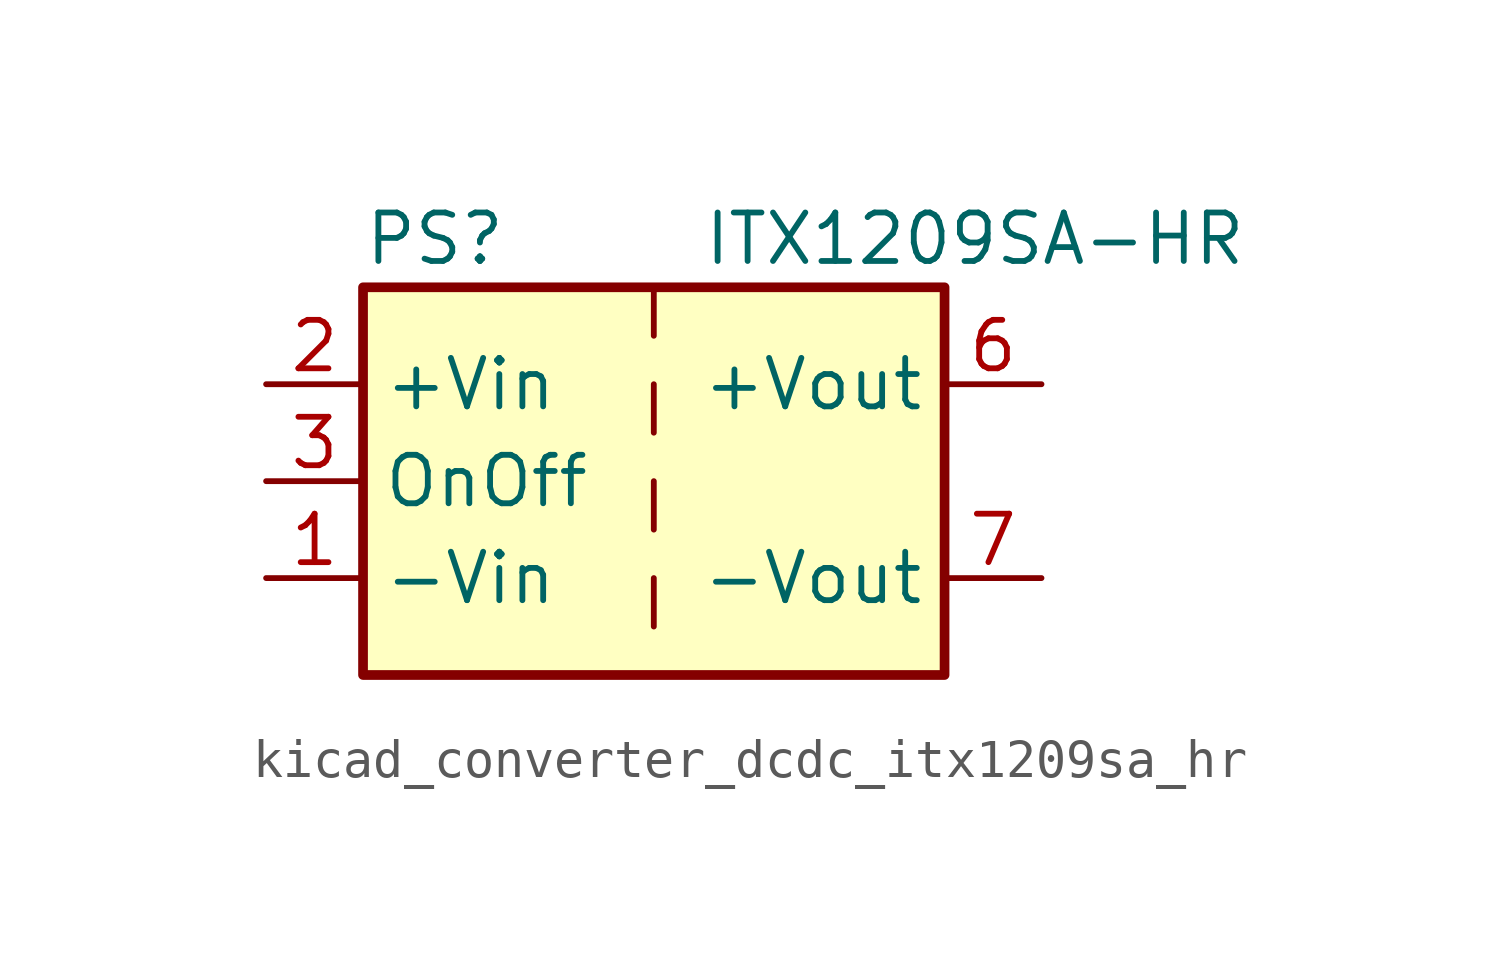
<source format=kicad_sym>
(kicad_symbol_lib
  (version 20220914)
  (generator kicad_symbol_editor)
  (symbol "kicad_converter_dcdc_itx1209sa_hr"
    (property "Reference" "PS"
      (at -7.62 6.35 0)
      (effects (font (size 1.27 1.27)) (justify left)))
    (property "Value" "ITX1209SA-HR"
      (at 1.27 6.35 0)
      (effects (font (size 1.27 1.27)) (justify left)))
    (symbol "kicad_converter_dcdc_itx1209sa_hr_0_0"
      (pin power_in line (at -10.16 -2.54 0) (length 2.54) (name "-Vin" (effects (font (size 1.27 1.27)))) (number "1" (effects (font (size 1.27 1.27)))))
      (pin power_in line (at -10.16 2.54 0) (length 2.54) (name "+Vin" (effects (font (size 1.27 1.27)))) (number "2" (effects (font (size 1.27 1.27)))))
      (pin input line (at -10.16 0 0) (length 2.54) (name "OnOff" (effects (font (size 1.27 1.27)))) (number "3" (effects (font (size 1.27 1.27)))))
      (pin no_connect line (at 0 5.08 270) (length 2.54) hide (name "NC" (effects (font (size 1.27 1.27)))) (number "5" (effects (font (size 1.27 1.27)))))
      (pin power_out line (at 10.16 2.54 180) (length 2.54) (name "+Vout" (effects (font (size 1.27 1.27)))) (number "6" (effects (font (size 1.27 1.27)))))
      (pin power_out line (at 10.16 -2.54 180) (length 2.54) (name "-Vout" (effects (font (size 1.27 1.27)))) (number "7" (effects (font (size 1.27 1.27)))))
      (pin no_connect line (at 7.62 0 180) (length 2.54) hide (name "NC" (effects (font (size 1.27 1.27)))) (number "8" (effects (font (size 1.27 1.27))))))
    (symbol "kicad_converter_dcdc_itx1209sa_hr_0_1"
      (rectangle (start -7.62 5.08) (end 7.62 -5.08) (stroke (width 0.254) (type default)) (fill (type background)))
      (polyline (pts (xy 0 -2.54) (xy 0 -3.81)) (stroke (width 0) (type default)) (fill (type none)))
      (polyline (pts (xy 0 0) (xy 0 -1.27)) (stroke (width 0) (type default)) (fill (type none)))
      (polyline (pts (xy 0 2.54) (xy 0 1.27)) (stroke (width 0) (type default)) (fill (type none)))
      (polyline (pts (xy 0 5.08) (xy 0 3.81)) (stroke (width 0) (type default)) (fill (type none))))))
</source>
